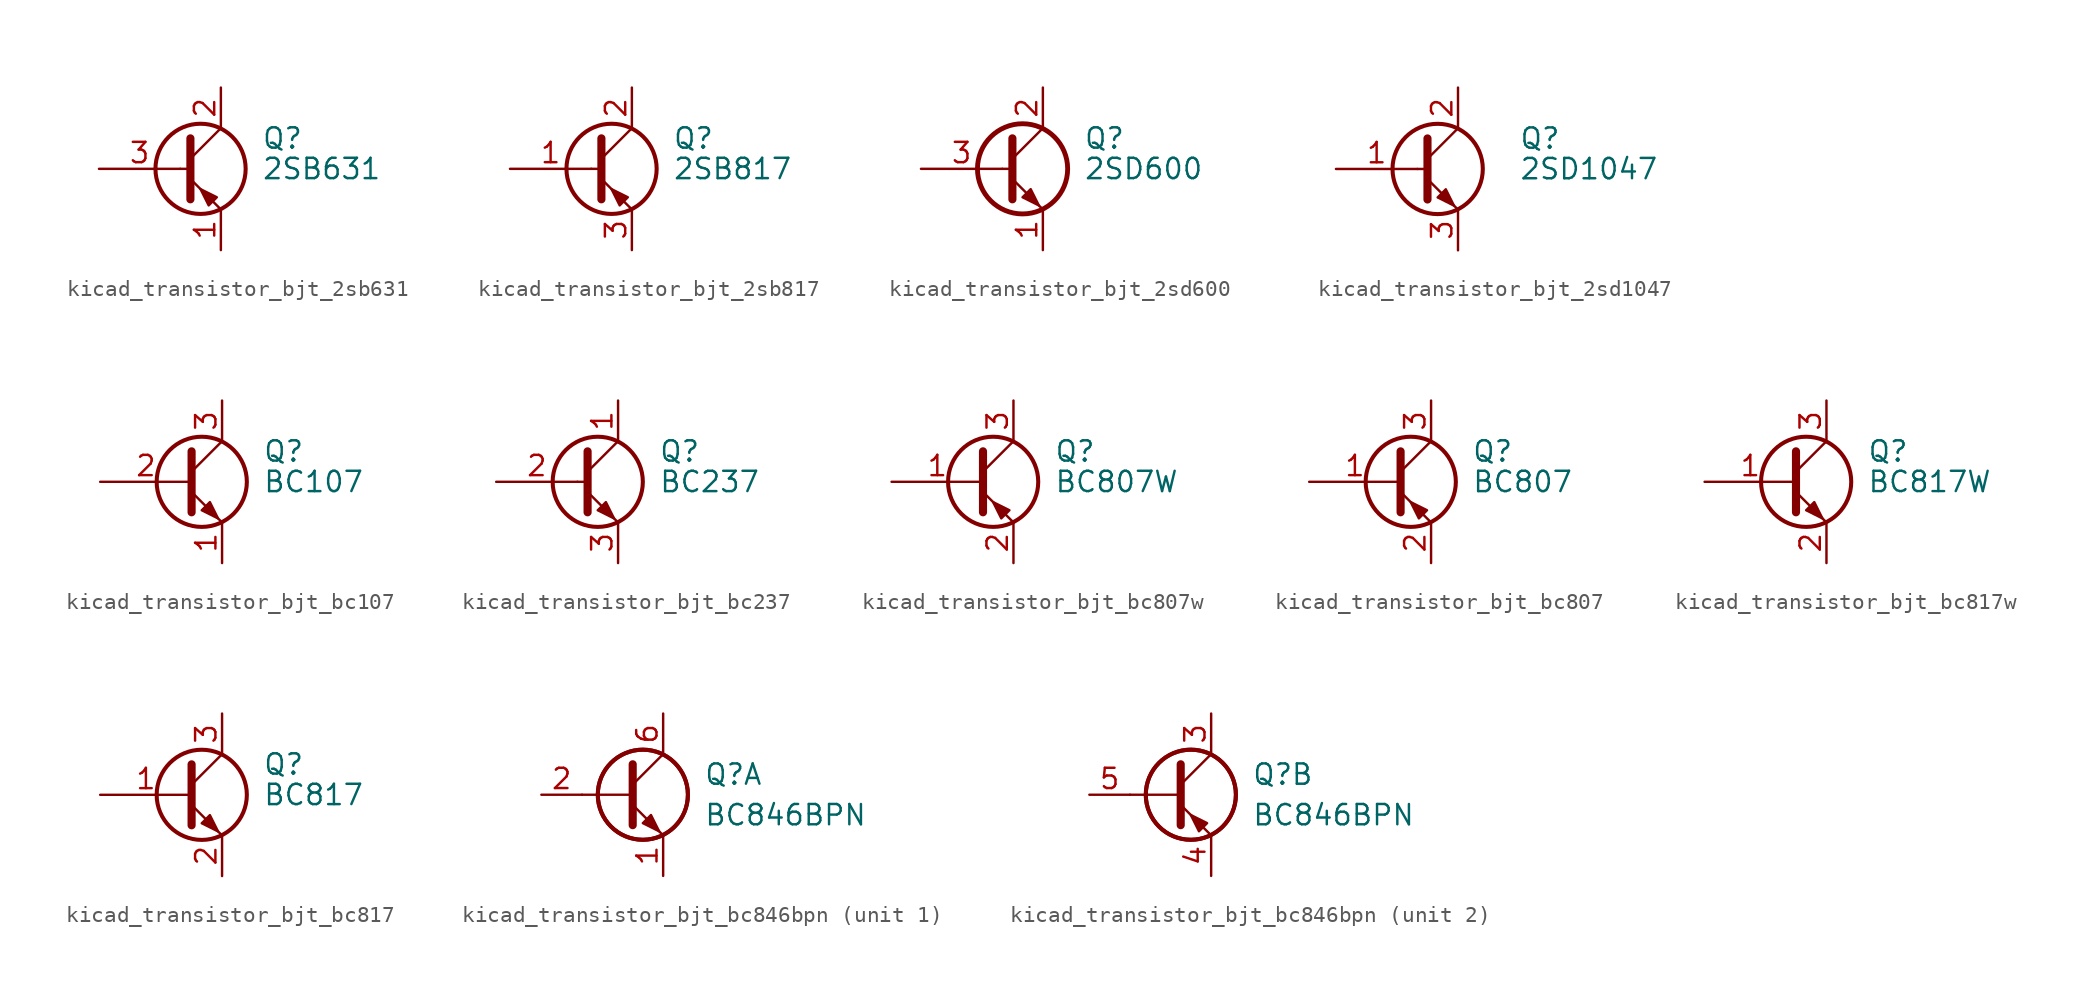
<source format=kicad_sym>
(kicad_symbol_lib
  (version 20220914)
  (generator kicad_symbol_editor)
  (symbol "kicad_transistor_bjt_2sb631"
    (pin_names
      (offset 0) hide)
    (property "Reference" "Q"
      (at 5.08 1.905 0)
      (effects (font (size 1.27 1.27)) (justify left)))
    (property "Value" "2SB631"
      (at 5.08 0 0)
      (effects (font (size 1.27 1.27)) (justify left)))
    (symbol "kicad_transistor_bjt_2sb631_0_1"
      (polyline (pts (xy 0 0) (xy 0.635 0)) (stroke (width 0) (type default)) (fill (type none)))
      (polyline (pts (xy 2.54 -2.54) (xy 0.635 -0.635)) (stroke (width 0) (type default)) (fill (type none)))
      (polyline (pts (xy 2.54 2.54) (xy 0.635 0.635)) (stroke (width 0) (type default)) (fill (type none)))
      (polyline (pts (xy 0.635 1.905) (xy 0.635 -1.905) (xy 0.635 -1.905)) (stroke (width 0.508) (type default)) (fill (type outline)))
      (polyline (pts (xy 1.778 -2.286) (xy 2.286 -1.778) (xy 1.27 -1.27) (xy 1.778 -2.286) (xy 1.778 -2.286)) (stroke (width 0) (type default)) (fill (type outline)))
      (circle (center 1.27 0) (radius 2.819) (stroke (width 0.254) (type default)) (fill (type none))))
    (symbol "kicad_transistor_bjt_2sb631_1_1"
      (pin passive line (at 2.54 -5.08 90) (length 2.54) (name "E" (effects (font (size 1.27 1.27)))) (number "1" (effects (font (size 1.27 1.27)))))
      (pin passive line (at 2.54 5.08 270) (length 2.54) (name "C" (effects (font (size 1.27 1.27)))) (number "2" (effects (font (size 1.27 1.27)))))
      (pin input line (at -5.08 0 0) (length 5.08) (name "B" (effects (font (size 1.27 1.27)))) (number "3" (effects (font (size 1.27 1.27)))))))
  (symbol "kicad_transistor_bjt_2sb817"
    (pin_names
      (offset 0) hide)
    (property "Reference" "Q"
      (at 5.08 1.905 0)
      (effects (font (size 1.27 1.27)) (justify left)))
    (property "Value" "2SB817"
      (at 5.08 0 0)
      (effects (font (size 1.27 1.27)) (justify left)))
    (symbol "kicad_transistor_bjt_2sb817_0_1"
      (polyline (pts (xy 0 0) (xy 0.635 0)) (stroke (width 0) (type default)) (fill (type none)))
      (polyline (pts (xy 2.54 2.54) (xy 0.635 0.635)) (stroke (width 0) (type default)) (fill (type none)))
      (polyline (pts (xy 0.635 -0.635) (xy 2.54 -2.54) (xy 2.54 -2.54)) (stroke (width 0) (type default)) (fill (type none)))
      (polyline (pts (xy 0.635 1.905) (xy 0.635 -1.905) (xy 0.635 -1.905)) (stroke (width 0.508) (type default)) (fill (type none)))
      (polyline (pts (xy 1.778 -2.286) (xy 2.286 -1.778) (xy 1.27 -1.27) (xy 1.778 -2.286) (xy 1.778 -2.286)) (stroke (width 0) (type default)) (fill (type outline)))
      (circle (center 1.27 0) (radius 2.819) (stroke (width 0.254) (type default)) (fill (type none))))
    (symbol "kicad_transistor_bjt_2sb817_1_1"
      (pin input line (at -5.08 0 0) (length 5.08) (name "B" (effects (font (size 1.27 1.27)))) (number "1" (effects (font (size 1.27 1.27)))))
      (pin passive line (at 2.54 5.08 270) (length 2.54) (name "C" (effects (font (size 1.27 1.27)))) (number "2" (effects (font (size 1.27 1.27)))))
      (pin passive line (at 2.54 -5.08 90) (length 2.54) (name "E" (effects (font (size 1.27 1.27)))) (number "3" (effects (font (size 1.27 1.27)))))))
  (symbol "kicad_transistor_bjt_2sd600"
    (pin_names
      (offset 0) hide)
    (property "Reference" "Q"
      (at 5.08 1.905 0)
      (effects (font (size 1.27 1.27)) (justify left)))
    (property "Value" "2SD600"
      (at 5.08 0 0)
      (effects (font (size 1.27 1.27)) (justify left)))
    (symbol "kicad_transistor_bjt_2sd600_0_1"
      (polyline (pts (xy 0 0) (xy 0.635 0)) (stroke (width 0) (type default)) (fill (type none)))
      (polyline (pts (xy 2.54 -2.54) (xy 0.635 -0.635)) (stroke (width 0) (type default)) (fill (type none)))
      (polyline (pts (xy 2.54 2.54) (xy 0.635 0.635)) (stroke (width 0) (type default)) (fill (type none)))
      (polyline (pts (xy 0.635 1.905) (xy 0.635 -1.905) (xy 0.635 -1.905)) (stroke (width 0.508) (type default)) (fill (type outline)))
      (polyline (pts (xy 1.27 -1.778) (xy 1.778 -1.27) (xy 2.286 -2.286) (xy 1.27 -1.778) (xy 1.27 -1.778)) (stroke (width 0) (type default)) (fill (type outline)))
      (circle (center 1.27 0) (radius 2.819) (stroke (width 0.305) (type default)) (fill (type none))))
    (symbol "kicad_transistor_bjt_2sd600_1_1"
      (pin passive line (at 2.54 -5.08 90) (length 2.54) (name "E" (effects (font (size 1.27 1.27)))) (number "1" (effects (font (size 1.27 1.27)))))
      (pin passive line (at 2.54 5.08 270) (length 2.54) (name "C" (effects (font (size 1.27 1.27)))) (number "2" (effects (font (size 1.27 1.27)))))
      (pin input line (at -5.08 0 0) (length 5.08) (name "B" (effects (font (size 1.27 1.27)))) (number "3" (effects (font (size 1.27 1.27)))))))
  (symbol "kicad_transistor_bjt_2sd1047"
    (pin_names
      (offset 0) hide)
    (property "Reference" "Q"
      (at 6.35 1.905 0)
      (effects (font (size 1.27 1.27)) (justify left)))
    (property "Value" "2SD1047"
      (at 6.35 0 0)
      (effects (font (size 1.27 1.27)) (justify left)))
    (symbol "kicad_transistor_bjt_2sd1047_0_1"
      (polyline (pts (xy 0 0) (xy 0.762 0)) (stroke (width 0) (type default)) (fill (type none)))
      (polyline (pts (xy 0.635 0.635) (xy 2.54 2.54)) (stroke (width 0) (type default)) (fill (type none)))
      (polyline (pts (xy 0.635 -0.635) (xy 2.54 -2.54) (xy 2.54 -2.54)) (stroke (width 0) (type default)) (fill (type none)))
      (polyline (pts (xy 0.635 1.905) (xy 0.635 -1.905) (xy 0.635 -1.905)) (stroke (width 0.508) (type default)) (fill (type none)))
      (polyline (pts (xy 1.27 -1.778) (xy 1.778 -1.27) (xy 2.286 -2.286) (xy 1.27 -1.778) (xy 1.27 -1.778)) (stroke (width 0) (type default)) (fill (type outline)))
      (circle (center 1.27 0) (radius 2.819) (stroke (width 0.254) (type default)) (fill (type none))))
    (symbol "kicad_transistor_bjt_2sd1047_1_1"
      (pin input line (at -5.08 0 0) (length 5.08) (name "B" (effects (font (size 1.27 1.27)))) (number "1" (effects (font (size 1.27 1.27)))))
      (pin passive line (at 2.54 5.08 270) (length 2.54) (name "C" (effects (font (size 1.27 1.27)))) (number "2" (effects (font (size 1.27 1.27)))))
      (pin passive line (at 2.54 -5.08 90) (length 2.54) (name "E" (effects (font (size 1.27 1.27)))) (number "3" (effects (font (size 1.27 1.27)))))))
  (symbol "kicad_transistor_bjt_bc107"
    (pin_names
      (offset 0) hide)
    (property "Reference" "Q"
      (at 5.08 1.905 0)
      (effects (font (size 1.27 1.27)) (justify left)))
    (property "Value" "BC107"
      (at 5.08 0 0)
      (effects (font (size 1.27 1.27)) (justify left)))
    (symbol "kicad_transistor_bjt_bc107_0_1"
      (polyline (pts (xy 0.635 0.635) (xy 2.54 2.54)) (stroke (width 0) (type default)) (fill (type none)))
      (polyline (pts (xy 0.635 -0.635) (xy 2.54 -2.54) (xy 2.54 -2.54)) (stroke (width 0) (type default)) (fill (type none)))
      (polyline (pts (xy 0.635 1.905) (xy 0.635 -1.905) (xy 0.635 -1.905)) (stroke (width 0.508) (type default)) (fill (type none)))
      (polyline (pts (xy 1.27 -1.778) (xy 1.778 -1.27) (xy 2.286 -2.286) (xy 1.27 -1.778) (xy 1.27 -1.778)) (stroke (width 0) (type default)) (fill (type outline)))
      (circle (center 1.27 0) (radius 2.819) (stroke (width 0.254) (type default)) (fill (type none))))
    (symbol "kicad_transistor_bjt_bc107_1_1"
      (pin passive line (at 2.54 -5.08 90) (length 2.54) (name "E" (effects (font (size 1.27 1.27)))) (number "1" (effects (font (size 1.27 1.27)))))
      (pin input line (at -5.08 0 0) (length 5.715) (name "B" (effects (font (size 1.27 1.27)))) (number "2" (effects (font (size 1.27 1.27)))))
      (pin passive line (at 2.54 5.08 270) (length 2.54) (name "C" (effects (font (size 1.27 1.27)))) (number "3" (effects (font (size 1.27 1.27)))))))
  (symbol "kicad_transistor_bjt_bc237"
    (pin_names
      (offset 0) hide)
    (property "Reference" "Q"
      (at 5.08 1.905 0)
      (effects (font (size 1.27 1.27)) (justify left)))
    (property "Value" "BC237"
      (at 5.08 0 0)
      (effects (font (size 1.27 1.27)) (justify left)))
    (symbol "kicad_transistor_bjt_bc237_0_1"
      (polyline (pts (xy 0 0) (xy 0.635 0)) (stroke (width 0) (type default)) (fill (type none)))
      (polyline (pts (xy 0.635 0.635) (xy 2.54 2.54)) (stroke (width 0) (type default)) (fill (type none)))
      (polyline (pts (xy 0.635 -0.635) (xy 2.54 -2.54) (xy 2.54 -2.54)) (stroke (width 0) (type default)) (fill (type none)))
      (polyline (pts (xy 0.635 1.905) (xy 0.635 -1.905) (xy 0.635 -1.905)) (stroke (width 0.508) (type default)) (fill (type none)))
      (polyline (pts (xy 1.27 -1.778) (xy 1.778 -1.27) (xy 2.286 -2.286) (xy 1.27 -1.778) (xy 1.27 -1.778)) (stroke (width 0) (type default)) (fill (type outline)))
      (circle (center 1.27 0) (radius 2.819) (stroke (width 0.254) (type default)) (fill (type none))))
    (symbol "kicad_transistor_bjt_bc237_1_1"
      (pin passive line (at 2.54 5.08 270) (length 2.54) (name "C" (effects (font (size 1.27 1.27)))) (number "1" (effects (font (size 1.27 1.27)))))
      (pin input line (at -5.08 0 0) (length 5.08) (name "B" (effects (font (size 1.27 1.27)))) (number "2" (effects (font (size 1.27 1.27)))))
      (pin passive line (at 2.54 -5.08 90) (length 2.54) (name "E" (effects (font (size 1.27 1.27)))) (number "3" (effects (font (size 1.27 1.27)))))))
  (symbol "kicad_transistor_bjt_bc807w"
    (pin_names
      (offset 0) hide)
    (property "Reference" "Q"
      (at 5.08 1.905 0)
      (effects (font (size 1.27 1.27)) (justify left)))
    (property "Value" "BC807W"
      (at 5.08 0 0)
      (effects (font (size 1.27 1.27)) (justify left)))
    (symbol "kicad_transistor_bjt_bc807w_0_1"
      (polyline (pts (xy 0.635 0.635) (xy 2.54 2.54)) (stroke (width 0) (type default)) (fill (type none)))
      (polyline (pts (xy 0.635 -0.635) (xy 2.54 -2.54) (xy 2.54 -2.54)) (stroke (width 0) (type default)) (fill (type none)))
      (polyline (pts (xy 0.635 1.905) (xy 0.635 -1.905) (xy 0.635 -1.905)) (stroke (width 0.508) (type default)) (fill (type none)))
      (polyline (pts (xy 2.286 -1.778) (xy 1.778 -2.286) (xy 1.27 -1.27) (xy 2.286 -1.778) (xy 2.286 -1.778)) (stroke (width 0) (type default)) (fill (type outline)))
      (circle (center 1.27 0) (radius 2.819) (stroke (width 0.254) (type default)) (fill (type none))))
    (symbol "kicad_transistor_bjt_bc807w_1_1"
      (pin input line (at -5.08 0 0) (length 5.715) (name "B" (effects (font (size 1.27 1.27)))) (number "1" (effects (font (size 1.27 1.27)))))
      (pin passive line (at 2.54 -5.08 90) (length 2.54) (name "E" (effects (font (size 1.27 1.27)))) (number "2" (effects (font (size 1.27 1.27)))))
      (pin passive line (at 2.54 5.08 270) (length 2.54) (name "C" (effects (font (size 1.27 1.27)))) (number "3" (effects (font (size 1.27 1.27)))))))
  (symbol "kicad_transistor_bjt_bc807"
    (pin_names
      (offset 0) hide)
    (property "Reference" "Q"
      (at 5.08 1.905 0)
      (effects (font (size 1.27 1.27)) (justify left)))
    (property "Value" "BC807"
      (at 5.08 0 0)
      (effects (font (size 1.27 1.27)) (justify left)))
    (symbol "kicad_transistor_bjt_bc807_0_1"
      (polyline (pts (xy 0.635 0.635) (xy 2.54 2.54)) (stroke (width 0) (type default)) (fill (type none)))
      (polyline (pts (xy 0.635 -0.635) (xy 2.54 -2.54) (xy 2.54 -2.54)) (stroke (width 0) (type default)) (fill (type none)))
      (polyline (pts (xy 0.635 1.905) (xy 0.635 -1.905) (xy 0.635 -1.905)) (stroke (width 0.508) (type default)) (fill (type none)))
      (polyline (pts (xy 2.286 -1.778) (xy 1.778 -2.286) (xy 1.27 -1.27) (xy 2.286 -1.778) (xy 2.286 -1.778)) (stroke (width 0) (type default)) (fill (type outline)))
      (circle (center 1.27 0) (radius 2.819) (stroke (width 0.254) (type default)) (fill (type none))))
    (symbol "kicad_transistor_bjt_bc807_1_1"
      (pin input line (at -5.08 0 0) (length 5.715) (name "B" (effects (font (size 1.27 1.27)))) (number "1" (effects (font (size 1.27 1.27)))))
      (pin passive line (at 2.54 -5.08 90) (length 2.54) (name "E" (effects (font (size 1.27 1.27)))) (number "2" (effects (font (size 1.27 1.27)))))
      (pin passive line (at 2.54 5.08 270) (length 2.54) (name "C" (effects (font (size 1.27 1.27)))) (number "3" (effects (font (size 1.27 1.27)))))))
  (symbol "kicad_transistor_bjt_bc817w"
    (pin_names
      (offset 0) hide)
    (property "Reference" "Q"
      (at 5.08 1.905 0)
      (effects (font (size 1.27 1.27)) (justify left)))
    (property "Value" "BC817W"
      (at 5.08 0 0)
      (effects (font (size 1.27 1.27)) (justify left)))
    (symbol "kicad_transistor_bjt_bc817w_0_1"
      (polyline (pts (xy 0.635 0.635) (xy 2.54 2.54)) (stroke (width 0) (type default)) (fill (type none)))
      (polyline (pts (xy 0.635 -0.635) (xy 2.54 -2.54) (xy 2.54 -2.54)) (stroke (width 0) (type default)) (fill (type none)))
      (polyline (pts (xy 0.635 1.905) (xy 0.635 -1.905) (xy 0.635 -1.905)) (stroke (width 0.508) (type default)) (fill (type none)))
      (polyline (pts (xy 1.27 -1.778) (xy 1.778 -1.27) (xy 2.286 -2.286) (xy 1.27 -1.778) (xy 1.27 -1.778)) (stroke (width 0) (type default)) (fill (type outline)))
      (circle (center 1.27 0) (radius 2.819) (stroke (width 0.254) (type default)) (fill (type none))))
    (symbol "kicad_transistor_bjt_bc817w_1_1"
      (pin input line (at -5.08 0 0) (length 5.715) (name "B" (effects (font (size 1.27 1.27)))) (number "1" (effects (font (size 1.27 1.27)))))
      (pin passive line (at 2.54 -5.08 90) (length 2.54) (name "E" (effects (font (size 1.27 1.27)))) (number "2" (effects (font (size 1.27 1.27)))))
      (pin passive line (at 2.54 5.08 270) (length 2.54) (name "C" (effects (font (size 1.27 1.27)))) (number "3" (effects (font (size 1.27 1.27)))))))
  (symbol "kicad_transistor_bjt_bc817"
    (pin_names
      (offset 0) hide)
    (property "Reference" "Q"
      (at 5.08 1.905 0)
      (effects (font (size 1.27 1.27)) (justify left)))
    (property "Value" "BC817"
      (at 5.08 0 0)
      (effects (font (size 1.27 1.27)) (justify left)))
    (symbol "kicad_transistor_bjt_bc817_0_1"
      (polyline (pts (xy 0.635 0.635) (xy 2.54 2.54)) (stroke (width 0) (type default)) (fill (type none)))
      (polyline (pts (xy 0.635 -0.635) (xy 2.54 -2.54) (xy 2.54 -2.54)) (stroke (width 0) (type default)) (fill (type none)))
      (polyline (pts (xy 0.635 1.905) (xy 0.635 -1.905) (xy 0.635 -1.905)) (stroke (width 0.508) (type default)) (fill (type none)))
      (polyline (pts (xy 1.27 -1.778) (xy 1.778 -1.27) (xy 2.286 -2.286) (xy 1.27 -1.778) (xy 1.27 -1.778)) (stroke (width 0) (type default)) (fill (type outline)))
      (circle (center 1.27 0) (radius 2.819) (stroke (width 0.254) (type default)) (fill (type none))))
    (symbol "kicad_transistor_bjt_bc817_1_1"
      (pin input line (at -5.08 0 0) (length 5.715) (name "B" (effects (font (size 1.27 1.27)))) (number "1" (effects (font (size 1.27 1.27)))))
      (pin passive line (at 2.54 -5.08 90) (length 2.54) (name "E" (effects (font (size 1.27 1.27)))) (number "2" (effects (font (size 1.27 1.27)))))
      (pin passive line (at 2.54 5.08 270) (length 2.54) (name "C" (effects (font (size 1.27 1.27)))) (number "3" (effects (font (size 1.27 1.27)))))))
  (symbol "kicad_transistor_bjt_bc846bpn"
    (pin_names
      (offset 0) hide)
    (property "Reference" "Q"
      (at 5.08 1.27 0)
      (effects (font (size 1.27 1.27)) (justify left)))
    (property "Value" "BC846BPN"
      (at 5.08 -1.27 0)
      (effects (font (size 1.27 1.27)) (justify left)))
    (property "ki_locked" ""
      (at 0 0 0)
      (effects (font (size 1.27 1.27))))
    (symbol "kicad_transistor_bjt_bc846bpn_0_1"
      (polyline (pts (xy 0.635 0) (xy -2.54 0)) (stroke (width 0) (type default)) (fill (type none)))
      (circle (center 1.27 0) (radius 2.819) (stroke (width 0.254) (type default)) (fill (type none)))
      (circle (center 1.27 0) (radius 2.819) (stroke (width 0.254) (type default)) (fill (type none))))
    (symbol "kicad_transistor_bjt_bc846bpn_1_1"
      (polyline (pts (xy 0.635 0.635) (xy 2.54 2.54)) (stroke (width 0) (type default)) (fill (type none)))
      (polyline (pts (xy 0.635 -0.635) (xy 2.54 -2.54) (xy 2.54 -2.54)) (stroke (width 0) (type default)) (fill (type none)))
      (polyline (pts (xy 0.635 1.905) (xy 0.635 -1.905) (xy 0.635 -1.905)) (stroke (width 0.508) (type default)) (fill (type none)))
      (polyline (pts (xy 1.27 -1.778) (xy 1.778 -1.27) (xy 2.286 -2.286) (xy 1.27 -1.778) (xy 1.27 -1.778)) (stroke (width 0) (type default)) (fill (type outline)))
      (pin passive line (at 2.54 -5.08 90) (length 2.54) (name "E1" (effects (font (size 1.27 1.27)))) (number "1" (effects (font (size 1.27 1.27)))))
      (pin input line (at -5.08 0 0) (length 2.54) (name "B1" (effects (font (size 1.27 1.27)))) (number "2" (effects (font (size 1.27 1.27)))))
      (pin passive line (at 2.54 5.08 270) (length 2.54) (name "C1" (effects (font (size 1.27 1.27)))) (number "6" (effects (font (size 1.27 1.27))))))
    (symbol "kicad_transistor_bjt_bc846bpn_2_1"
      (polyline (pts (xy 0.635 0.635) (xy 2.54 2.54)) (stroke (width 0) (type default)) (fill (type none)))
      (polyline (pts (xy 0.635 -0.635) (xy 2.54 -2.54) (xy 2.54 -2.54)) (stroke (width 0) (type default)) (fill (type none)))
      (polyline (pts (xy 0.635 1.905) (xy 0.635 -1.905) (xy 0.635 -1.905)) (stroke (width 0.508) (type default)) (fill (type none)))
      (polyline (pts (xy 2.286 -1.778) (xy 1.778 -2.286) (xy 1.27 -1.27) (xy 2.286 -1.778) (xy 2.286 -1.778)) (stroke (width 0) (type default)) (fill (type outline)))
      (pin passive line (at 2.54 5.08 270) (length 2.54) (name "C2" (effects (font (size 1.27 1.27)))) (number "3" (effects (font (size 1.27 1.27)))))
      (pin passive line (at 2.54 -5.08 90) (length 2.54) (name "E2" (effects (font (size 1.27 1.27)))) (number "4" (effects (font (size 1.27 1.27)))))
      (pin input line (at -5.08 0 0) (length 2.54) (name "B2" (effects (font (size 1.27 1.27)))) (number "5" (effects (font (size 1.27 1.27))))))))
</source>
